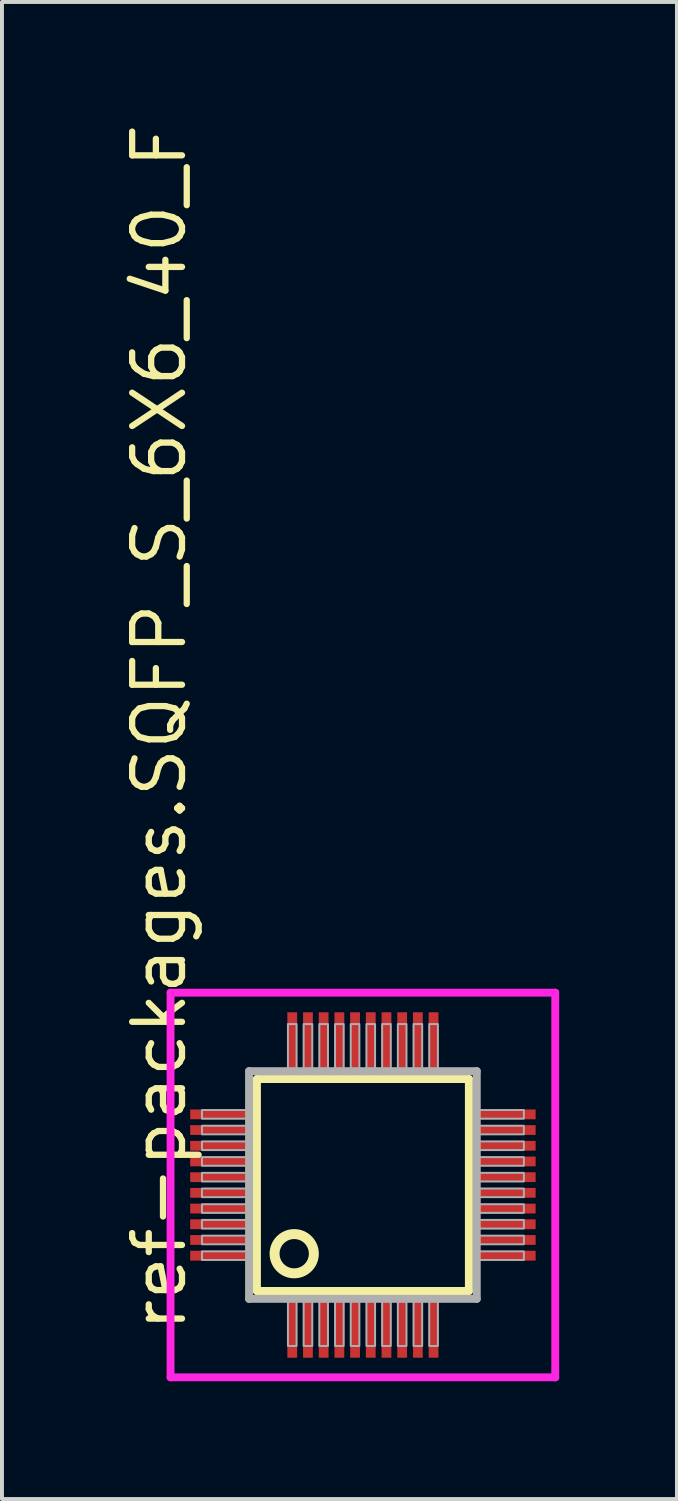
<source format=kicad_pcb>
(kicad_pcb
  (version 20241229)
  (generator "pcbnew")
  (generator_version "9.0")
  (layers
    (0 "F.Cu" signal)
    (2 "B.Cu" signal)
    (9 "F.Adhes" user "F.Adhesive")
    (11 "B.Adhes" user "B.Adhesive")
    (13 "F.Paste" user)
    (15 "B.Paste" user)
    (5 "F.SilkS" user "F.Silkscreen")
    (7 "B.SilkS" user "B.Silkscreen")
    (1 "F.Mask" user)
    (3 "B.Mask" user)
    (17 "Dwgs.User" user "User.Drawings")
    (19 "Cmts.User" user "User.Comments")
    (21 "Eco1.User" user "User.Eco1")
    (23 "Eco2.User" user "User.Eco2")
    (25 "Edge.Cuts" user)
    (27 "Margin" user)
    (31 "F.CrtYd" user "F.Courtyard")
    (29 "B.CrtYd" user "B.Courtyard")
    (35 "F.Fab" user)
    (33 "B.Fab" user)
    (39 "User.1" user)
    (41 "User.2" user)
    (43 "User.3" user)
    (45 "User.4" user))
  (footprint "ref-packages.SQFP_S_6X6_40_F"
    (layer "F.Cu")
    (at 6.195 27.138)
    (property "Reference" "ref-packages.SQFP_S_6X6_40_F" (at -4.445 3.81 90) (layer "F.SilkS") (effects (font (size 1.27 1.27) (thickness 0.16)) (justify left bottom)))
    (attr smd)
    (fp_line (start -2.7 -2.7) (end 2.7 -2.7) (stroke (width 0.203) (type default)) (layer "F.SilkS"))
    (fp_line (start -2.7 2.7) (end -2.7 -2.7) (stroke (width 0.203) (type default)) (layer "F.SilkS"))
    (fp_line (start 2.7 -2.7) (end 2.7 2.7) (stroke (width 0.203) (type default)) (layer "F.SilkS"))
    (fp_line (start 2.7 2.7) (end -2.7 2.7) (stroke (width 0.203) (type default)) (layer "F.SilkS"))
    (fp_circle (center -1.75 1.75) (end -1.25 1.75) (stroke (width 0.254) (type default)) (fill no) (layer "F.SilkS"))
    (fp_line (start -4.9 -4.9) (end 4.9 -4.9) (stroke (width 0.2) (type default)) (layer "F.CrtYd"))
    (fp_line (start -4.9 4.9) (end -4.9 -4.9) (stroke (width 0.2) (type default)) (layer "F.CrtYd"))
    (fp_line (start 4.9 -4.9) (end 4.9 4.9) (stroke (width 0.2) (type default)) (layer "F.CrtYd"))
    (fp_line (start 4.9 4.9) (end -4.9 4.9) (stroke (width 0.2) (type default)) (layer "F.CrtYd"))
    (fp_line (start -2.9 -2.9) (end -2.9 2.9) (stroke (width 0.203) (type default)) (layer "F.Fab"))
    (fp_line (start -2.9 2.9) (end 2.9 2.9) (stroke (width 0.203) (type default)) (layer "F.Fab"))
    (fp_line (start 2.9 -2.9) (end -2.9 -2.9) (stroke (width 0.203) (type default)) (layer "F.Fab"))
    (fp_line (start 2.9 2.9) (end 2.9 -2.9) (stroke (width 0.203) (type default)) (layer "F.Fab"))
    (fp_rect (start -4.1 -1.69) (end -2.95 -1.91) (stroke (width 0.05) (type default)) (fill no) (layer "F.Fab"))
    (fp_rect (start -4.1 -1.29) (end -2.95 -1.51) (stroke (width 0.05) (type default)) (fill no) (layer "F.Fab"))
    (fp_rect (start -4.1 -0.89) (end -2.95 -1.11) (stroke (width 0.05) (type default)) (fill no) (layer "F.Fab"))
    (fp_rect (start -4.1 -0.49) (end -2.95 -0.71) (stroke (width 0.05) (type default)) (fill no) (layer "F.Fab"))
    (fp_rect (start -4.1 -0.09) (end -2.95 -0.31) (stroke (width 0.05) (type default)) (fill no) (layer "F.Fab"))
    (fp_rect (start -4.1 0.31) (end -2.95 0.09) (stroke (width 0.05) (type default)) (fill no) (layer "F.Fab"))
    (fp_rect (start -4.1 0.71) (end -2.95 0.49) (stroke (width 0.05) (type default)) (fill no) (layer "F.Fab"))
    (fp_rect (start -4.1 1.11) (end -2.95 0.89) (stroke (width 0.05) (type default)) (fill no) (layer "F.Fab"))
    (fp_rect (start -4.1 1.51) (end -2.95 1.29) (stroke (width 0.05) (type default)) (fill no) (layer "F.Fab"))
    (fp_rect (start -4.1 1.91) (end -2.95 1.69) (stroke (width 0.05) (type default)) (fill no) (layer "F.Fab"))
    (fp_rect (start -1.91 -2.95) (end -1.69 -4.1) (stroke (width 0.05) (type default)) (fill no) (layer "F.Fab"))
    (fp_rect (start -1.91 4.1) (end -1.69 2.95) (stroke (width 0.05) (type default)) (fill no) (layer "F.Fab"))
    (fp_rect (start -1.51 -2.95) (end -1.29 -4.1) (stroke (width 0.05) (type default)) (fill no) (layer "F.Fab"))
    (fp_rect (start -1.51 4.1) (end -1.29 2.95) (stroke (width 0.05) (type default)) (fill no) (layer "F.Fab"))
    (fp_rect (start -1.11 -2.95) (end -0.89 -4.1) (stroke (width 0.05) (type default)) (fill no) (layer "F.Fab"))
    (fp_rect (start -1.11 4.1) (end -0.89 2.95) (stroke (width 0.05) (type default)) (fill no) (layer "F.Fab"))
    (fp_rect (start -0.71 -2.95) (end -0.49 -4.1) (stroke (width 0.05) (type default)) (fill no) (layer "F.Fab"))
    (fp_rect (start -0.71 4.1) (end -0.49 2.95) (stroke (width 0.05) (type default)) (fill no) (layer "F.Fab"))
    (fp_rect (start -0.31 -2.95) (end -0.09 -4.1) (stroke (width 0.05) (type default)) (fill no) (layer "F.Fab"))
    (fp_rect (start -0.31 4.1) (end -0.09 2.95) (stroke (width 0.05) (type default)) (fill no) (layer "F.Fab"))
    (fp_rect (start 0.09 -2.95) (end 0.31 -4.1) (stroke (width 0.05) (type default)) (fill no) (layer "F.Fab"))
    (fp_rect (start 0.09 4.1) (end 0.31 2.95) (stroke (width 0.05) (type default)) (fill no) (layer "F.Fab"))
    (fp_rect (start 0.49 -2.95) (end 0.71 -4.1) (stroke (width 0.05) (type default)) (fill no) (layer "F.Fab"))
    (fp_rect (start 0.49 4.1) (end 0.71 2.95) (stroke (width 0.05) (type default)) (fill no) (layer "F.Fab"))
    (fp_rect (start 0.89 -2.95) (end 1.11 -4.1) (stroke (width 0.05) (type default)) (fill no) (layer "F.Fab"))
    (fp_rect (start 0.89 4.1) (end 1.11 2.95) (stroke (width 0.05) (type default)) (fill no) (layer "F.Fab"))
    (fp_rect (start 1.29 -2.95) (end 1.51 -4.1) (stroke (width 0.05) (type default)) (fill no) (layer "F.Fab"))
    (fp_rect (start 1.29 4.1) (end 1.51 2.95) (stroke (width 0.05) (type default)) (fill no) (layer "F.Fab"))
    (fp_rect (start 1.69 -2.95) (end 1.91 -4.1) (stroke (width 0.05) (type default)) (fill no) (layer "F.Fab"))
    (fp_rect (start 1.69 4.1) (end 1.91 2.95) (stroke (width 0.05) (type default)) (fill no) (layer "F.Fab"))
    (fp_rect (start 2.95 -1.69) (end 4.1 -1.91) (stroke (width 0.05) (type default)) (fill no) (layer "F.Fab"))
    (fp_rect (start 2.95 -1.29) (end 4.1 -1.51) (stroke (width 0.05) (type default)) (fill no) (layer "F.Fab"))
    (fp_rect (start 2.95 -0.89) (end 4.1 -1.11) (stroke (width 0.05) (type default)) (fill no) (layer "F.Fab"))
    (fp_rect (start 2.95 -0.49) (end 4.1 -0.71) (stroke (width 0.05) (type default)) (fill no) (layer "F.Fab"))
    (fp_rect (start 2.95 -0.09) (end 4.1 -0.31) (stroke (width 0.05) (type default)) (fill no) (layer "F.Fab"))
    (fp_rect (start 2.95 0.31) (end 4.1 0.09) (stroke (width 0.05) (type default)) (fill no) (layer "F.Fab"))
    (fp_rect (start 2.95 0.71) (end 4.1 0.49) (stroke (width 0.05) (type default)) (fill no) (layer "F.Fab"))
    (fp_rect (start 2.95 1.11) (end 4.1 0.89) (stroke (width 0.05) (type default)) (fill no) (layer "F.Fab"))
    (fp_rect (start 2.95 1.51) (end 4.1 1.29) (stroke (width 0.05) (type default)) (fill no) (layer "F.Fab"))
    (fp_rect (start 2.95 1.91) (end 4.1 1.69) (stroke (width 0.05) (type default)) (fill no) (layer "F.Fab"))
    (pad "1" smd roundrect (at -1.8 3.6) (size 0.25 1.6) (layers "F.Cu" "F.Mask" "F.Paste") (roundrect_rratio 0.01))
    (pad "2" smd roundrect (at -1.4 3.6) (size 0.25 1.6) (layers "F.Cu" "F.Mask" "F.Paste") (roundrect_rratio 0.01))
    (pad "3" smd roundrect (at -1 3.6) (size 0.25 1.6) (layers "F.Cu" "F.Mask" "F.Paste") (roundrect_rratio 0.01))
    (pad "4" smd roundrect (at -0.6 3.6) (size 0.25 1.6) (layers "F.Cu" "F.Mask" "F.Paste") (roundrect_rratio 0.01))
    (pad "5" smd roundrect (at -0.2 3.6) (size 0.25 1.6) (layers "F.Cu" "F.Mask" "F.Paste") (roundrect_rratio 0.01))
    (pad "6" smd roundrect (at 0.2 3.6) (size 0.25 1.6) (layers "F.Cu" "F.Mask" "F.Paste") (roundrect_rratio 0.01))
    (pad "7" smd roundrect (at 0.6 3.6) (size 0.25 1.6) (layers "F.Cu" "F.Mask" "F.Paste") (roundrect_rratio 0.01))
    (pad "8" smd roundrect (at 1 3.6) (size 0.25 1.6) (layers "F.Cu" "F.Mask" "F.Paste") (roundrect_rratio 0.01))
    (pad "9" smd roundrect (at 1.4 3.6) (size 0.25 1.6) (layers "F.Cu" "F.Mask" "F.Paste") (roundrect_rratio 0.01))
    (pad "10" smd roundrect (at 1.8 3.6) (size 0.25 1.6) (layers "F.Cu" "F.Mask" "F.Paste") (roundrect_rratio 0.01))
    (pad "11" smd roundrect (at 3.6 1.8) (size 1.6 0.25) (layers "F.Cu" "F.Mask" "F.Paste") (roundrect_rratio 0.01))
    (pad "12" smd roundrect (at 3.6 1.4) (size 1.6 0.25) (layers "F.Cu" "F.Mask" "F.Paste") (roundrect_rratio 0.01))
    (pad "13" smd roundrect (at 3.6 1) (size 1.6 0.25) (layers "F.Cu" "F.Mask" "F.Paste") (roundrect_rratio 0.01))
    (pad "14" smd roundrect (at 3.6 0.6) (size 1.6 0.25) (layers "F.Cu" "F.Mask" "F.Paste") (roundrect_rratio 0.01))
    (pad "15" smd roundrect (at 3.6 0.2) (size 1.6 0.25) (layers "F.Cu" "F.Mask" "F.Paste") (roundrect_rratio 0.01))
    (pad "16" smd roundrect (at 3.6 -0.2) (size 1.6 0.25) (layers "F.Cu" "F.Mask" "F.Paste") (roundrect_rratio 0.01))
    (pad "17" smd roundrect (at 3.6 -0.6) (size 1.6 0.25) (layers "F.Cu" "F.Mask" "F.Paste") (roundrect_rratio 0.01))
    (pad "18" smd roundrect (at 3.6 -1) (size 1.6 0.25) (layers "F.Cu" "F.Mask" "F.Paste") (roundrect_rratio 0.01))
    (pad "19" smd roundrect (at 3.6 -1.4) (size 1.6 0.25) (layers "F.Cu" "F.Mask" "F.Paste") (roundrect_rratio 0.01))
    (pad "20" smd roundrect (at 3.6 -1.8) (size 1.6 0.25) (layers "F.Cu" "F.Mask" "F.Paste") (roundrect_rratio 0.01))
    (pad "21" smd roundrect (at 1.8 -3.6) (size 0.25 1.6) (layers "F.Cu" "F.Mask" "F.Paste") (roundrect_rratio 0.01))
    (pad "22" smd roundrect (at 1.4 -3.6) (size 0.25 1.6) (layers "F.Cu" "F.Mask" "F.Paste") (roundrect_rratio 0.01))
    (pad "23" smd roundrect (at 1 -3.6) (size 0.25 1.6) (layers "F.Cu" "F.Mask" "F.Paste") (roundrect_rratio 0.01))
    (pad "24" smd roundrect (at 0.6 -3.6) (size 0.25 1.6) (layers "F.Cu" "F.Mask" "F.Paste") (roundrect_rratio 0.01))
    (pad "25" smd roundrect (at 0.2 -3.6) (size 0.25 1.6) (layers "F.Cu" "F.Mask" "F.Paste") (roundrect_rratio 0.01))
    (pad "26" smd roundrect (at -0.2 -3.6) (size 0.25 1.6) (layers "F.Cu" "F.Mask" "F.Paste") (roundrect_rratio 0.01))
    (pad "27" smd roundrect (at -0.6 -3.6) (size 0.25 1.6) (layers "F.Cu" "F.Mask" "F.Paste") (roundrect_rratio 0.01))
    (pad "28" smd roundrect (at -1 -3.6) (size 0.25 1.6) (layers "F.Cu" "F.Mask" "F.Paste") (roundrect_rratio 0.01))
    (pad "29" smd roundrect (at -1.4 -3.6) (size 0.25 1.6) (layers "F.Cu" "F.Mask" "F.Paste") (roundrect_rratio 0.01))
    (pad "30" smd roundrect (at -1.8 -3.6) (size 0.25 1.6) (layers "F.Cu" "F.Mask" "F.Paste") (roundrect_rratio 0.01))
    (pad "31" smd roundrect (at -3.6 -1.8) (size 1.6 0.25) (layers "F.Cu" "F.Mask" "F.Paste") (roundrect_rratio 0.01))
    (pad "32" smd roundrect (at -3.6 -1.4) (size 1.6 0.25) (layers "F.Cu" "F.Mask" "F.Paste") (roundrect_rratio 0.01))
    (pad "33" smd roundrect (at -3.6 -1) (size 1.6 0.25) (layers "F.Cu" "F.Mask" "F.Paste") (roundrect_rratio 0.01))
    (pad "34" smd roundrect (at -3.6 -0.6) (size 1.6 0.25) (layers "F.Cu" "F.Mask" "F.Paste") (roundrect_rratio 0.01))
    (pad "35" smd roundrect (at -3.6 -0.2) (size 1.6 0.25) (layers "F.Cu" "F.Mask" "F.Paste") (roundrect_rratio 0.01))
    (pad "36" smd roundrect (at -3.6 0.2) (size 1.6 0.25) (layers "F.Cu" "F.Mask" "F.Paste") (roundrect_rratio 0.01))
    (pad "37" smd roundrect (at -3.6 0.6) (size 1.6 0.25) (layers "F.Cu" "F.Mask" "F.Paste") (roundrect_rratio 0.01))
    (pad "38" smd roundrect (at -3.6 1) (size 1.6 0.25) (layers "F.Cu" "F.Mask" "F.Paste") (roundrect_rratio 0.01))
    (pad "39" smd roundrect (at -3.6 1.4) (size 1.6 0.25) (layers "F.Cu" "F.Mask" "F.Paste") (roundrect_rratio 0.01))
    (pad "40" smd roundrect (at -3.6 1.8) (size 1.6 0.25) (layers "F.Cu" "F.Mask" "F.Paste") (roundrect_rratio 0.01)))
  (gr_rect
    (start -3 -3)
    (end 14.195 35.138)
    (stroke (width 0.1) (type default))
    (fill no)
    (layer "Edge.Cuts")))
</source>
